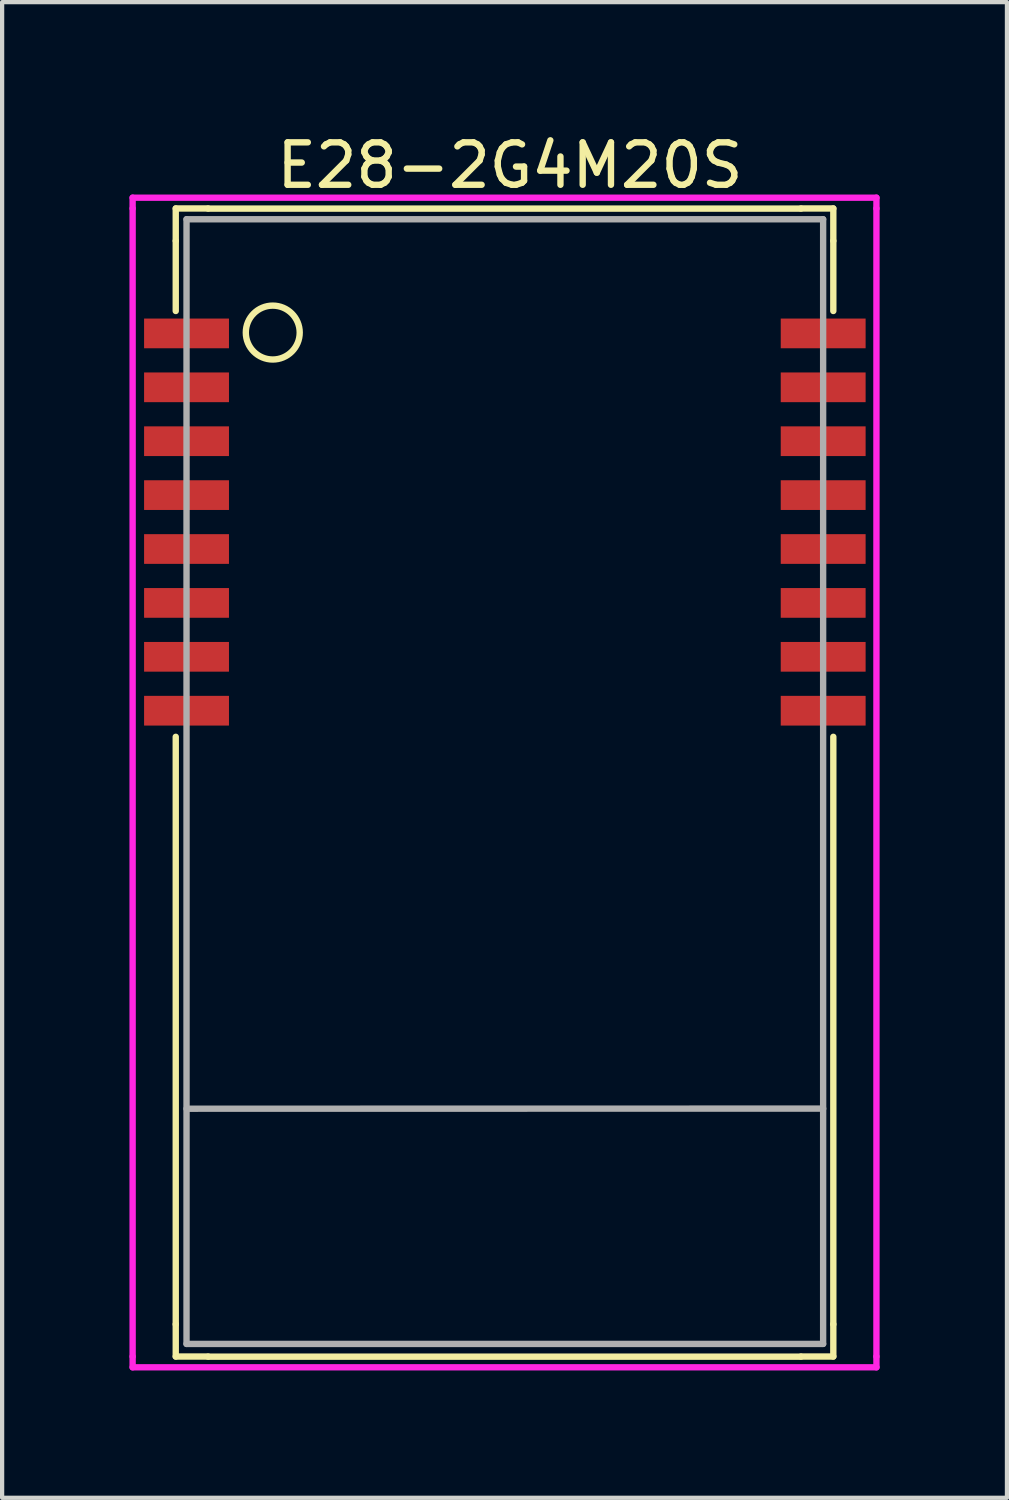
<source format=kicad_pcb>
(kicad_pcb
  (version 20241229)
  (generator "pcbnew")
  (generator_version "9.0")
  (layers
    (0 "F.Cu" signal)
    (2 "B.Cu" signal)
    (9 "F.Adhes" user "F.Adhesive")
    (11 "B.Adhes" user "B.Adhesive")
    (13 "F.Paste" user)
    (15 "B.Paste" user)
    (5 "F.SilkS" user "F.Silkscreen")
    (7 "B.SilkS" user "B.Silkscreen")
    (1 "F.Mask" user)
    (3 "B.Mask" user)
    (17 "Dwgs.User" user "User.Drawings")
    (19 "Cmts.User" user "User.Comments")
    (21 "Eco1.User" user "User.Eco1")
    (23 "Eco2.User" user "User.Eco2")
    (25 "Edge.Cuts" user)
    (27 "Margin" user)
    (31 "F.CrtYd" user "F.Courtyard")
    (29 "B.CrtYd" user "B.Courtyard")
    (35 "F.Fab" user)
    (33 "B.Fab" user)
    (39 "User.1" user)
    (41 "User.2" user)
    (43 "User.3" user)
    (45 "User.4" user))
  (footprint "E28-2G4M20S"
    (layer "F.Cu")
    (at 8.965 15.451)
    (property "Reference" "E28-2G4M20S" (at 0 -14.602 0) (layer "F.SilkS") (effects (font (size 1 1) (thickness 0.15))))
    (attr smd)
    (fp_line (start -7.874 -13.589) (end -7.112 -13.589) (stroke (width 0.15) (type solid)) (layer "F.SilkS"))
    (fp_line (start -7.874 -12.827) (end -7.874 -13.589) (stroke (width 0.15) (type solid)) (layer "F.SilkS"))
    (fp_line (start -7.874 -12.824) (end -7.874 -11.173) (stroke (width 0.15) (type solid)) (layer "F.SilkS"))
    (fp_line (start -7.874 12.7) (end -7.874 13.462) (stroke (width 0.15) (type solid)) (layer "F.SilkS"))
    (fp_line (start -7.874 12.703) (end -7.874 -1.14) (stroke (width 0.15) (type solid)) (layer "F.SilkS"))
    (fp_line (start -7.874 13.462) (end -7.112 13.462) (stroke (width 0.15) (type solid)) (layer "F.SilkS"))
    (fp_line (start -7.112 -13.586) (end 6.858 -13.586) (stroke (width 0.15) (type solid)) (layer "F.SilkS"))
    (fp_line (start -7.112 13.465) (end 6.858 13.465) (stroke (width 0.15) (type solid)) (layer "F.SilkS"))
    (fp_line (start 7.62 -13.589) (end 6.858 -13.589) (stroke (width 0.15) (type solid)) (layer "F.SilkS"))
    (fp_line (start 7.62 -12.827) (end 7.62 -13.589) (stroke (width 0.15) (type solid)) (layer "F.SilkS"))
    (fp_line (start 7.62 -12.824) (end 7.62 -11.173) (stroke (width 0.15) (type solid)) (layer "F.SilkS"))
    (fp_line (start 7.62 12.7) (end 7.62 13.462) (stroke (width 0.15) (type solid)) (layer "F.SilkS"))
    (fp_line (start 7.62 12.703) (end 7.62 -1.14) (stroke (width 0.15) (type solid)) (layer "F.SilkS"))
    (fp_line (start 7.62 13.462) (end 6.858 13.462) (stroke (width 0.15) (type solid)) (layer "F.SilkS"))
    (fp_circle (center -5.588 -10.665) (end -5.588 -10.03) (stroke (width 0.15) (type solid)) (fill no) (layer "F.SilkS"))
    (fp_line (start -8.89 -13.843) (end 8.636 -13.843) (stroke (width 0.15) (type solid)) (layer "F.CrtYd"))
    (fp_line (start -8.89 -13.589) (end -8.89 -13.843) (stroke (width 0.15) (type solid)) (layer "F.CrtYd"))
    (fp_line (start -8.89 13.462) (end -8.89 -13.589) (stroke (width 0.15) (type solid)) (layer "F.CrtYd"))
    (fp_line (start -8.89 13.462) (end -8.89 13.716) (stroke (width 0.15) (type solid)) (layer "F.CrtYd"))
    (fp_line (start -8.89 13.716) (end 8.636 13.716) (stroke (width 0.15) (type solid)) (layer "F.CrtYd"))
    (fp_line (start 8.636 -13.843) (end 8.636 -13.589) (stroke (width 0.15) (type solid)) (layer "F.CrtYd"))
    (fp_line (start 8.636 -13.589) (end 8.636 13.462) (stroke (width 0.15) (type solid)) (layer "F.CrtYd"))
    (fp_line (start 8.636 13.716) (end 8.636 13.462) (stroke (width 0.15) (type solid)) (layer "F.CrtYd"))
    (fp_line (start -7.62 -13.335) (end 7.38 -13.335) (stroke (width 0.15) (type solid)) (layer "F.Fab"))
    (fp_line (start -7.62 7.623) (end 7.381 7.62) (stroke (width 0.15) (type solid)) (layer "F.Fab"))
    (fp_line (start -7.62 13.165) (end -7.62 -13.335) (stroke (width 0.15) (type solid)) (layer "F.Fab"))
    (fp_line (start 7.38 -13.335) (end 7.38 13.165) (stroke (width 0.15) (type solid)) (layer "F.Fab"))
    (fp_line (start 7.38 13.165) (end -7.62 13.165) (stroke (width 0.15) (type solid)) (layer "F.Fab"))
    (pad "1" smd rect (at -7.62 -10.645) (size 2 0.7) (layers "F.Cu" "F.Mask" "F.Paste"))
    (pad "2" smd rect (at -7.62 -9.375) (size 2 0.7) (layers "F.Cu" "F.Mask" "F.Paste"))
    (pad "3" smd rect (at -7.62 -8.105) (size 2 0.7) (layers "F.Cu" "F.Mask" "F.Paste"))
    (pad "4" smd rect (at -7.62 -6.835) (size 2 0.7) (layers "F.Cu" "F.Mask" "F.Paste"))
    (pad "5" smd rect (at -7.62 -5.565) (size 2 0.7) (layers "F.Cu" "F.Mask" "F.Paste"))
    (pad "6" smd rect (at -7.62 -4.295) (size 2 0.7) (layers "F.Cu" "F.Mask" "F.Paste"))
    (pad "7" smd rect (at -7.62 -3.025) (size 2 0.7) (layers "F.Cu" "F.Mask" "F.Paste"))
    (pad "8" smd rect (at -7.62 -1.755) (size 2 0.7) (layers "F.Cu" "F.Mask" "F.Paste"))
    (pad "9" smd rect (at 7.381 -1.755) (size 2 0.7) (layers "F.Cu" "F.Mask" "F.Paste"))
    (pad "10" smd rect (at 7.381 -3.025) (size 2 0.7) (layers "F.Cu" "F.Mask" "F.Paste"))
    (pad "11" smd rect (at 7.381 -4.295) (size 2 0.7) (layers "F.Cu" "F.Mask" "F.Paste"))
    (pad "12" smd rect (at 7.381 -5.565) (size 2 0.7) (layers "F.Cu" "F.Mask" "F.Paste"))
    (pad "13" smd rect (at 7.381 -6.835) (size 2 0.7) (layers "F.Cu" "F.Mask" "F.Paste"))
    (pad "14" smd rect (at 7.381 -8.105) (size 2 0.7) (layers "F.Cu" "F.Mask" "F.Paste"))
    (pad "15" smd rect (at 7.381 -9.375) (size 2 0.7) (layers "F.Cu" "F.Mask" "F.Paste"))
    (pad "16" smd rect (at 7.381 -10.645) (size 2 0.7) (layers "F.Cu" "F.Mask" "F.Paste")))
  (gr_rect
    (start -3 -3)
    (end 20.676 32.242)
    (stroke (width 0.1) (type default))
    (fill no)
    (layer "Edge.Cuts")))
</source>
